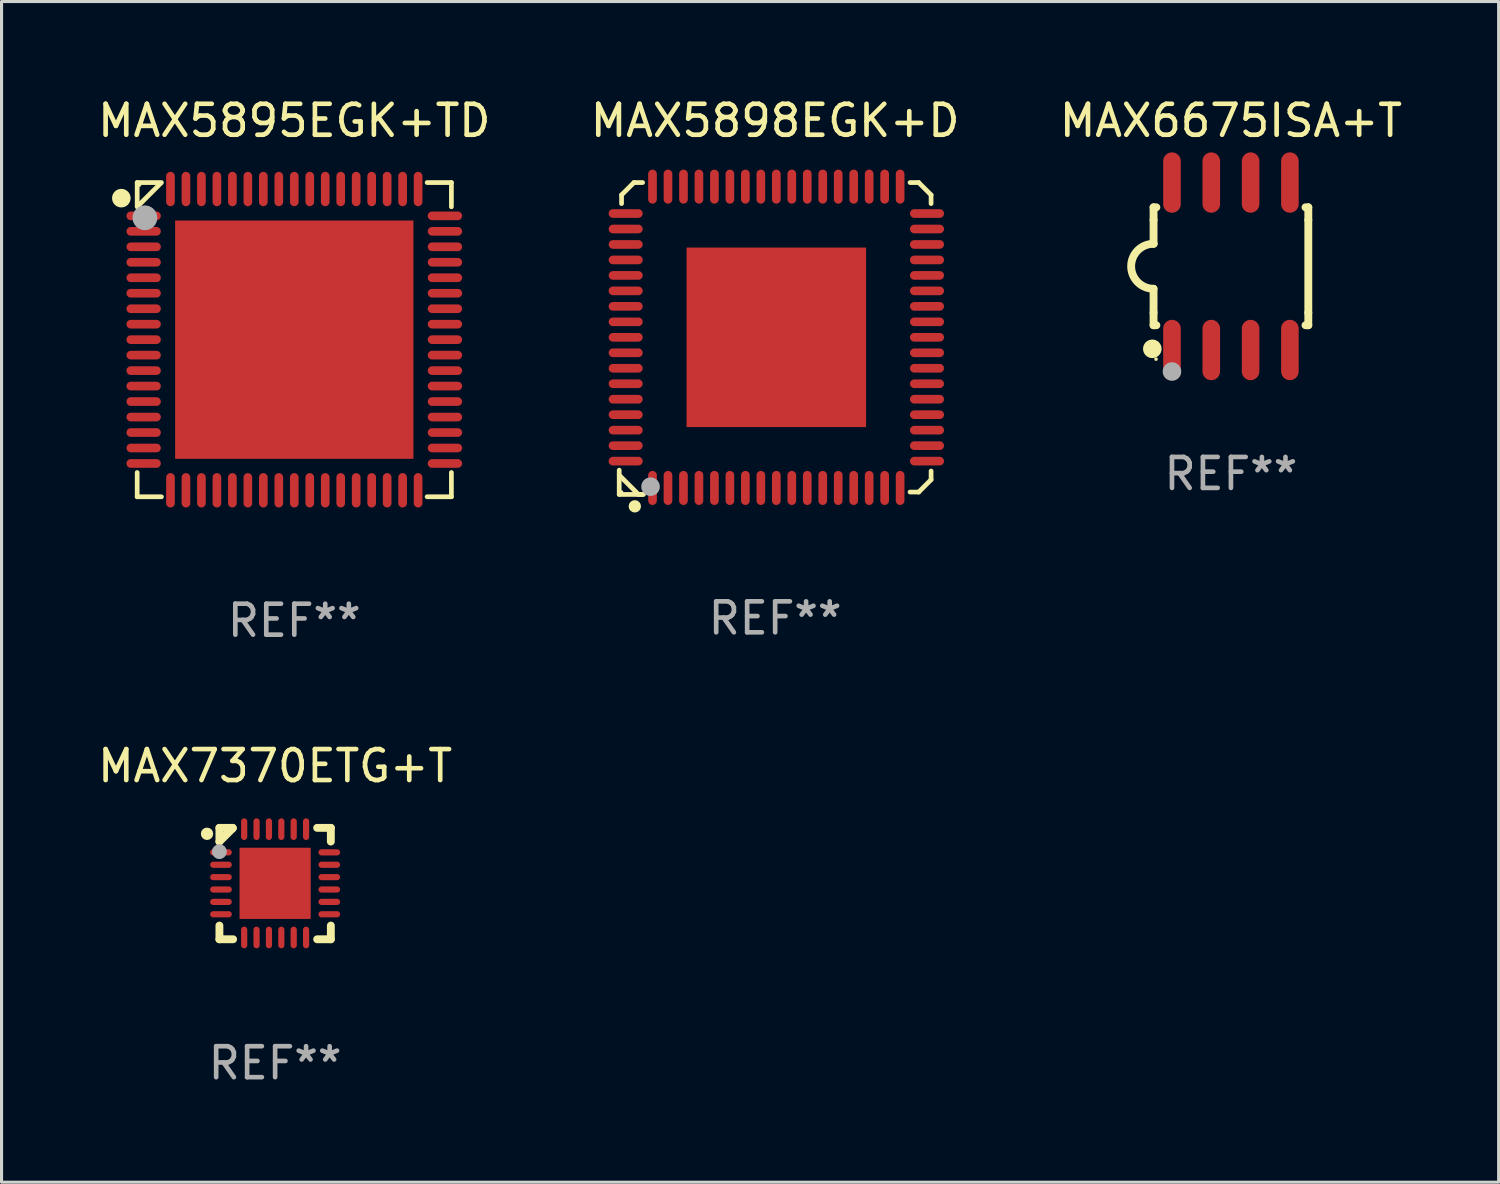
<source format=kicad_pcb>
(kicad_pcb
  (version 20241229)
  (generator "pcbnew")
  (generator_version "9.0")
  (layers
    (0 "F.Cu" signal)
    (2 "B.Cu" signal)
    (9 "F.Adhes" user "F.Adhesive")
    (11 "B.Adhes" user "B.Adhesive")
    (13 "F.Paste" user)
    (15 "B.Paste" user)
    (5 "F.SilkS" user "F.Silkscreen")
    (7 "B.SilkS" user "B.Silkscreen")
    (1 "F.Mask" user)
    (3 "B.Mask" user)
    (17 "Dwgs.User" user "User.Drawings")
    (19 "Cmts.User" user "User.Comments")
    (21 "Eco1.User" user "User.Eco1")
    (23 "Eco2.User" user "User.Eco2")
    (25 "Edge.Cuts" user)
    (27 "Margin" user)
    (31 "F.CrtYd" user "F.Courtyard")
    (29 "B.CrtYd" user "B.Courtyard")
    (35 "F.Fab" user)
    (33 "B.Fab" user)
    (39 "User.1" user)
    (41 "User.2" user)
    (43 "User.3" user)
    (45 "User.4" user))
  (footprint "MAX6675ISA+T"
    (layer "F.Cu")
    (at 36.72 5.553)
    (property "Reference" "MAX6675ISA+T" (at 0 -4.705 0) (layer "F.SilkS") (effects (font (size 1 1) (thickness 0.15))))
    (attr through_hole)
    (fp_line (start -2.5 -1.905) (end -2.409 -1.905) (stroke (width 0.254) (type solid)) (layer "F.SilkS"))
    (fp_line (start -2.5 -1.5) (end -2.5 -1.905) (stroke (width 0.254) (type solid)) (layer "F.SilkS"))
    (fp_line (start -2.5 -1.5) (end -2.5 -0.726) (stroke (width 0.254) (type solid)) (layer "F.SilkS"))
    (fp_line (start -2.5 1.5) (end -2.5 0.727) (stroke (width 0.254) (type solid)) (layer "F.SilkS"))
    (fp_line (start -2.5 1.5) (end -2.5 1.905) (stroke (width 0.254) (type solid)) (layer "F.SilkS"))
    (fp_line (start -2.5 1.905) (end -2.409 1.905) (stroke (width 0.254) (type solid)) (layer "F.SilkS"))
    (fp_line (start 2.5 -1.905) (end 2.409 -1.905) (stroke (width 0.254) (type solid)) (layer "F.SilkS"))
    (fp_line (start 2.5 -1.5) (end 2.5 -1.905) (stroke (width 0.254) (type solid)) (layer "F.SilkS"))
    (fp_line (start 2.5 -1.5) (end 2.5 1.5) (stroke (width 0.254) (type solid)) (layer "F.SilkS"))
    (fp_line (start 2.5 1.5) (end 2.5 1.905) (stroke (width 0.254) (type solid)) (layer "F.SilkS"))
    (fp_line (start 2.5 1.905) (end 2.409 1.905) (stroke (width 0.254) (type solid)) (layer "F.SilkS"))
    (fp_arc (start -2.5 0.726568) (mid -3.220316 -0.0023) (end -2.495097 -0.726289) (stroke (width 0.254001) (type solid)) (layer "F.SilkS"))
    (fp_circle (center -2.54 2.667) (end -2.39 2.667) (stroke (width 0.3) (type solid)) (fill no) (layer "F.SilkS"))
    (fp_circle (center -2.42 3) (end -2.39 3) (stroke (width 0.06) (type solid)) (fill no) (layer "F.SilkS"))
    (fp_circle (center -1.905 3.4) (end -1.755 3.4) (stroke (width 0.3) (type solid)) (fill no) (layer "F.Fab"))
    (fp_text user "REF**" (at 0 6.705 0) (layer "F.Fab") (effects (font (size 1 1) (thickness 0.15))))
    (pad "1" smd oval (at -1.905 2.705) (size 0.568 1.95) (layers "F.Cu" "F.Mask" "F.Paste"))
    (pad "2" smd oval (at -0.635 2.705) (size 0.568 1.95) (layers "F.Cu" "F.Mask" "F.Paste"))
    (pad "3" smd oval (at 0.635 2.705) (size 0.568 1.95) (layers "F.Cu" "F.Mask" "F.Paste"))
    (pad "4" smd oval (at 1.905 2.705) (size 0.568 1.95) (layers "F.Cu" "F.Mask" "F.Paste"))
    (pad "5" smd oval (at 1.905 -2.705) (size 0.568 1.95) (layers "F.Cu" "F.Mask" "F.Paste"))
    (pad "6" smd oval (at 0.635 -2.705) (size 0.568 1.95) (layers "F.Cu" "F.Mask" "F.Paste"))
    (pad "7" smd oval (at -0.635 -2.705) (size 0.568 1.95) (layers "F.Cu" "F.Mask" "F.Paste"))
    (pad "8" smd oval (at -1.905 -2.705) (size 0.568 1.95) (layers "F.Cu" "F.Mask" "F.Paste")))
  (footprint "MAX7370ETG+T"
    (layer "F.Cu")
    (at 5.839 25.497)
    (property "Reference" "MAX7370ETG+T" (at 0 -3.8 0) (layer "F.SilkS") (effects (font (size 1 1) (thickness 0.15))))
    (attr through_hole)
    (fp_line (start -1.8 -1.8) (end -1.372 -1.8) (stroke (width 0.254) (type solid)) (layer "F.SilkS"))
    (fp_line (start -1.8 -1.357) (end -1.8 -1.8) (stroke (width 0.254) (type solid)) (layer "F.SilkS"))
    (fp_line (start -1.8 1.8) (end -1.8 1.357) (stroke (width 0.254) (type solid)) (layer "F.SilkS"))
    (fp_line (start -1.372 -1.8) (end -1.372 -1.785) (stroke (width 0.254) (type solid)) (layer "F.SilkS"))
    (fp_line (start -1.372 -1.785) (end -1.8 -1.357) (stroke (width 0.254) (type solid)) (layer "F.SilkS"))
    (fp_line (start -1.357 1.8) (end -1.8 1.8) (stroke (width 0.254) (type solid)) (layer "F.SilkS"))
    (fp_line (start 1.357 -1.8) (end 1.8 -1.8) (stroke (width 0.254) (type solid)) (layer "F.SilkS"))
    (fp_line (start 1.8 -1.8) (end 1.8 -1.357) (stroke (width 0.254) (type solid)) (layer "F.SilkS"))
    (fp_line (start 1.8 1.357) (end 1.8 1.8) (stroke (width 0.254) (type solid)) (layer "F.SilkS"))
    (fp_line (start 1.8 1.8) (end 1.357 1.8) (stroke (width 0.254) (type solid)) (layer "F.SilkS"))
    (fp_circle (center -2.2 -1.608) (end -2.1 -1.608) (stroke (width 0.2) (type solid)) (fill no) (layer "F.SilkS"))
    (fp_circle (center -1.75 -1.758) (end -1.72 -1.758) (stroke (width 0.06) (type solid)) (fill no) (layer "F.SilkS"))
    (fp_circle (center -1.801 -1.032) (end -1.681 -1.032) (stroke (width 0.24) (type solid)) (fill no) (layer "F.Fab"))
    (fp_text user "REF**" (at 0 5.8 0) (layer "F.Fab") (effects (font (size 1 1) (thickness 0.15))))
    (pad "1" smd oval (at -1.75 -1.008) (size 0.7 0.2) (layers "F.Cu" "F.Mask" "F.Paste"))
    (pad "2" smd oval (at -1.75 -0.608) (size 0.7 0.2) (layers "F.Cu" "F.Mask" "F.Paste"))
    (pad "3" smd oval (at -1.75 -0.208) (size 0.7 0.2) (layers "F.Cu" "F.Mask" "F.Paste"))
    (pad "4" smd oval (at -1.75 0.192) (size 0.7 0.2) (layers "F.Cu" "F.Mask" "F.Paste"))
    (pad "5" smd oval (at -1.75 0.592) (size 0.7 0.2) (layers "F.Cu" "F.Mask" "F.Paste"))
    (pad "6" smd oval (at -1.75 0.992) (size 0.7 0.2) (layers "F.Cu" "F.Mask" "F.Paste"))
    (pad "7" smd oval (at -1 1.742) (size 0.2 0.7) (layers "F.Cu" "F.Mask" "F.Paste"))
    (pad "8" smd oval (at -0.6 1.742) (size 0.2 0.7) (layers "F.Cu" "F.Mask" "F.Paste"))
    (pad "9" smd oval (at -0.2 1.742) (size 0.2 0.7) (layers "F.Cu" "F.Mask" "F.Paste"))
    (pad "10" smd oval (at 0.2 1.742) (size 0.2 0.7) (layers "F.Cu" "F.Mask" "F.Paste"))
    (pad "11" smd oval (at 0.6 1.742) (size 0.2 0.7) (layers "F.Cu" "F.Mask" "F.Paste"))
    (pad "12" smd oval (at 1 1.742) (size 0.2 0.7) (layers "F.Cu" "F.Mask" "F.Paste"))
    (pad "13" smd oval (at 1.75 0.992) (size 0.7 0.2) (layers "F.Cu" "F.Mask" "F.Paste"))
    (pad "14" smd oval (at 1.75 0.592) (size 0.7 0.2) (layers "F.Cu" "F.Mask" "F.Paste"))
    (pad "15" smd oval (at 1.75 0.192) (size 0.7 0.2) (layers "F.Cu" "F.Mask" "F.Paste"))
    (pad "16" smd oval (at 1.75 -0.208) (size 0.7 0.2) (layers "F.Cu" "F.Mask" "F.Paste"))
    (pad "17" smd oval (at 1.75 -0.608) (size 0.7 0.2) (layers "F.Cu" "F.Mask" "F.Paste"))
    (pad "18" smd oval (at 1.75 -1.008) (size 0.7 0.2) (layers "F.Cu" "F.Mask" "F.Paste"))
    (pad "19" smd oval (at 1 -1.758) (size 0.2 0.7) (layers "F.Cu" "F.Mask" "F.Paste"))
    (pad "20" smd oval (at 0.6 -1.758) (size 0.2 0.7) (layers "F.Cu" "F.Mask" "F.Paste"))
    (pad "21" smd oval (at 0.2 -1.758) (size 0.2 0.7) (layers "F.Cu" "F.Mask" "F.Paste"))
    (pad "22" smd oval (at -0.2 -1.758) (size 0.2 0.7) (layers "F.Cu" "F.Mask" "F.Paste"))
    (pad "23" smd oval (at -0.6 -1.758) (size 0.2 0.7) (layers "F.Cu" "F.Mask" "F.Paste"))
    (pad "24" smd oval (at -1 -1.758) (size 0.2 0.7) (layers "F.Cu" "F.Mask" "F.Paste"))
    (pad "25" smd rect (at 0 -0.008 180) (size 2.3 2.3) (layers "F.Cu" "F.Mask" "F.Paste")))
  (footprint "MAX5895EGK+TD"
    (layer "F.Cu")
    (at 6.458 7.924)
    (property "Reference" "MAX5895EGK+TD" (at 0 -7.076 0) (layer "F.SilkS") (effects (font (size 1 1) (thickness 0.15))))
    (attr through_hole)
    (fp_line (start -5.076 -5.076) (end -4.292 -5.076) (stroke (width 0.152) (type solid)) (layer "F.SilkS"))
    (fp_line (start -5.076 -4.292) (end -5.076 -5.076) (stroke (width 0.152) (type solid)) (layer "F.SilkS"))
    (fp_line (start -5.076 4.292) (end -5.076 5.076) (stroke (width 0.152) (type solid)) (layer "F.SilkS"))
    (fp_line (start -5.076 5.076) (end -4.292 5.076) (stroke (width 0.152) (type solid)) (layer "F.SilkS"))
    (fp_line (start -5.049 -4.319) (end -4.319 -5.049) (stroke (width 0.152) (type solid)) (layer "F.SilkS"))
    (fp_line (start 5.076 -5.076) (end 4.292 -5.076) (stroke (width 0.152) (type solid)) (layer "F.SilkS"))
    (fp_line (start 5.076 -4.292) (end 5.076 -5.076) (stroke (width 0.152) (type solid)) (layer "F.SilkS"))
    (fp_line (start 5.076 4.292) (end 5.076 5.076) (stroke (width 0.152) (type solid)) (layer "F.SilkS"))
    (fp_line (start 5.076 5.076) (end 4.292 5.076) (stroke (width 0.152) (type solid)) (layer "F.SilkS"))
    (fp_circle (center -5.588 -4.572) (end -5.438 -4.572) (stroke (width 0.3) (type solid)) (fill no) (layer "F.SilkS"))
    (fp_circle (center -5 -5) (end -4.97 -5) (stroke (width 0.06) (type solid)) (fill no) (layer "F.SilkS"))
    (fp_circle (center -4.826 -3.937) (end -4.626 -3.937) (stroke (width 0.4) (type solid)) (fill no) (layer "F.Fab"))
    (fp_text user "REF**" (at 0 9.076 0) (layer "F.Fab") (effects (font (size 1 1) (thickness 0.15))))
    (pad "1" smd oval (at -4.867 -4) (size 1.11 0.28) (layers "F.Cu" "F.Mask" "F.Paste"))
    (pad "2" smd oval (at -4.867 -3.5) (size 1.11 0.28) (layers "F.Cu" "F.Mask" "F.Paste"))
    (pad "3" smd oval (at -4.867 -3) (size 1.11 0.28) (layers "F.Cu" "F.Mask" "F.Paste"))
    (pad "4" smd oval (at -4.867 -2.5) (size 1.11 0.28) (layers "F.Cu" "F.Mask" "F.Paste"))
    (pad "5" smd oval (at -4.867 -2) (size 1.11 0.28) (layers "F.Cu" "F.Mask" "F.Paste"))
    (pad "6" smd oval (at -4.867 -1.5) (size 1.11 0.28) (layers "F.Cu" "F.Mask" "F.Paste"))
    (pad "7" smd oval (at -4.867 -1) (size 1.11 0.28) (layers "F.Cu" "F.Mask" "F.Paste"))
    (pad "8" smd oval (at -4.867 -0.5) (size 1.11 0.28) (layers "F.Cu" "F.Mask" "F.Paste"))
    (pad "9" smd oval (at -4.867 0) (size 1.11 0.28) (layers "F.Cu" "F.Mask" "F.Paste"))
    (pad "10" smd oval (at -4.867 0.5) (size 1.11 0.28) (layers "F.Cu" "F.Mask" "F.Paste"))
    (pad "11" smd oval (at -4.867 1) (size 1.11 0.28) (layers "F.Cu" "F.Mask" "F.Paste"))
    (pad "12" smd oval (at -4.867 1.5) (size 1.11 0.28) (layers "F.Cu" "F.Mask" "F.Paste"))
    (pad "13" smd oval (at -4.867 2) (size 1.11 0.28) (layers "F.Cu" "F.Mask" "F.Paste"))
    (pad "14" smd oval (at -4.867 2.5) (size 1.11 0.28) (layers "F.Cu" "F.Mask" "F.Paste"))
    (pad "15" smd oval (at -4.867 3) (size 1.11 0.28) (layers "F.Cu" "F.Mask" "F.Paste"))
    (pad "16" smd oval (at -4.867 3.5) (size 1.11 0.28) (layers "F.Cu" "F.Mask" "F.Paste"))
    (pad "17" smd oval (at -4.867 4) (size 1.11 0.28) (layers "F.Cu" "F.Mask" "F.Paste"))
    (pad "18" smd oval (at -4 4.867) (size 0.28 1.11) (layers "F.Cu" "F.Mask" "F.Paste"))
    (pad "19" smd oval (at -3.5 4.867) (size 0.28 1.11) (layers "F.Cu" "F.Mask" "F.Paste"))
    (pad "20" smd oval (at -3 4.867) (size 0.28 1.11) (layers "F.Cu" "F.Mask" "F.Paste"))
    (pad "21" smd oval (at -2.5 4.867) (size 0.28 1.11) (layers "F.Cu" "F.Mask" "F.Paste"))
    (pad "22" smd oval (at -2 4.867) (size 0.28 1.11) (layers "F.Cu" "F.Mask" "F.Paste"))
    (pad "23" smd oval (at -1.5 4.867) (size 0.28 1.11) (layers "F.Cu" "F.Mask" "F.Paste"))
    (pad "24" smd oval (at -1 4.867) (size 0.28 1.11) (layers "F.Cu" "F.Mask" "F.Paste"))
    (pad "25" smd oval (at -0.5 4.867) (size 0.28 1.11) (layers "F.Cu" "F.Mask" "F.Paste"))
    (pad "26" smd oval (at 0 4.867) (size 0.28 1.11) (layers "F.Cu" "F.Mask" "F.Paste"))
    (pad "27" smd oval (at 0.5 4.867) (size 0.28 1.11) (layers "F.Cu" "F.Mask" "F.Paste"))
    (pad "28" smd oval (at 1 4.867) (size 0.28 1.11) (layers "F.Cu" "F.Mask" "F.Paste"))
    (pad "29" smd oval (at 1.5 4.867) (size 0.28 1.11) (layers "F.Cu" "F.Mask" "F.Paste"))
    (pad "30" smd oval (at 2 4.867) (size 0.28 1.11) (layers "F.Cu" "F.Mask" "F.Paste"))
    (pad "31" smd oval (at 2.5 4.867) (size 0.28 1.11) (layers "F.Cu" "F.Mask" "F.Paste"))
    (pad "32" smd oval (at 3 4.867) (size 0.28 1.11) (layers "F.Cu" "F.Mask" "F.Paste"))
    (pad "33" smd oval (at 3.5 4.867) (size 0.28 1.11) (layers "F.Cu" "F.Mask" "F.Paste"))
    (pad "34" smd oval (at 4 4.867) (size 0.28 1.11) (layers "F.Cu" "F.Mask" "F.Paste"))
    (pad "35" smd oval (at 4.867 4) (size 1.11 0.28) (layers "F.Cu" "F.Mask" "F.Paste"))
    (pad "36" smd oval (at 4.867 3.5) (size 1.11 0.28) (layers "F.Cu" "F.Mask" "F.Paste"))
    (pad "37" smd oval (at 4.867 3) (size 1.11 0.28) (layers "F.Cu" "F.Mask" "F.Paste"))
    (pad "38" smd oval (at 4.867 2.5) (size 1.11 0.28) (layers "F.Cu" "F.Mask" "F.Paste"))
    (pad "39" smd oval (at 4.867 2) (size 1.11 0.28) (layers "F.Cu" "F.Mask" "F.Paste"))
    (pad "40" smd oval (at 4.867 1.5) (size 1.11 0.28) (layers "F.Cu" "F.Mask" "F.Paste"))
    (pad "41" smd oval (at 4.867 1) (size 1.11 0.28) (layers "F.Cu" "F.Mask" "F.Paste"))
    (pad "42" smd oval (at 4.867 0.5) (size 1.11 0.28) (layers "F.Cu" "F.Mask" "F.Paste"))
    (pad "43" smd oval (at 4.867 0) (size 1.11 0.28) (layers "F.Cu" "F.Mask" "F.Paste"))
    (pad "44" smd oval (at 4.867 -0.5) (size 1.11 0.28) (layers "F.Cu" "F.Mask" "F.Paste"))
    (pad "45" smd oval (at 4.867 -1) (size 1.11 0.28) (layers "F.Cu" "F.Mask" "F.Paste"))
    (pad "46" smd oval (at 4.867 -1.5) (size 1.11 0.28) (layers "F.Cu" "F.Mask" "F.Paste"))
    (pad "47" smd oval (at 4.867 -2) (size 1.11 0.28) (layers "F.Cu" "F.Mask" "F.Paste"))
    (pad "48" smd oval (at 4.867 -2.5) (size 1.11 0.28) (layers "F.Cu" "F.Mask" "F.Paste"))
    (pad "49" smd oval (at 4.867 -3) (size 1.11 0.28) (layers "F.Cu" "F.Mask" "F.Paste"))
    (pad "50" smd oval (at 4.867 -3.5) (size 1.11 0.28) (layers "F.Cu" "F.Mask" "F.Paste"))
    (pad "51" smd oval (at 4.867 -4) (size 1.11 0.28) (layers "F.Cu" "F.Mask" "F.Paste"))
    (pad "52" smd oval (at 4 -4.867) (size 0.28 1.11) (layers "F.Cu" "F.Mask" "F.Paste"))
    (pad "53" smd oval (at 3.5 -4.867) (size 0.28 1.11) (layers "F.Cu" "F.Mask" "F.Paste"))
    (pad "54" smd oval (at 3 -4.867) (size 0.28 1.11) (layers "F.Cu" "F.Mask" "F.Paste"))
    (pad "55" smd oval (at 2.5 -4.867) (size 0.28 1.11) (layers "F.Cu" "F.Mask" "F.Paste"))
    (pad "56" smd oval (at 2 -4.867) (size 0.28 1.11) (layers "F.Cu" "F.Mask" "F.Paste"))
    (pad "57" smd oval (at 1.5 -4.867) (size 0.28 1.11) (layers "F.Cu" "F.Mask" "F.Paste"))
    (pad "58" smd oval (at 1 -4.867) (size 0.28 1.11) (layers "F.Cu" "F.Mask" "F.Paste"))
    (pad "59" smd oval (at 0.5 -4.867) (size 0.28 1.11) (layers "F.Cu" "F.Mask" "F.Paste"))
    (pad "60" smd oval (at 0 -4.867) (size 0.28 1.11) (layers "F.Cu" "F.Mask" "F.Paste"))
    (pad "61" smd oval (at -0.5 -4.867) (size 0.28 1.11) (layers "F.Cu" "F.Mask" "F.Paste"))
    (pad "62" smd oval (at -1 -4.867) (size 0.28 1.11) (layers "F.Cu" "F.Mask" "F.Paste"))
    (pad "63" smd oval (at -1.5 -4.867) (size 0.28 1.11) (layers "F.Cu" "F.Mask" "F.Paste"))
    (pad "64" smd oval (at -2 -4.867) (size 0.28 1.11) (layers "F.Cu" "F.Mask" "F.Paste"))
    (pad "65" smd oval (at -2.5 -4.867) (size 0.28 1.11) (layers "F.Cu" "F.Mask" "F.Paste"))
    (pad "66" smd oval (at -3 -4.867) (size 0.28 1.11) (layers "F.Cu" "F.Mask" "F.Paste"))
    (pad "67" smd oval (at -3.5 -4.867) (size 0.28 1.11) (layers "F.Cu" "F.Mask" "F.Paste"))
    (pad "68" smd oval (at -4 -4.867) (size 0.28 1.11) (layers "F.Cu" "F.Mask" "F.Paste"))
    (pad "69" smd rect (at 0 0) (size 7.7 7.7) (layers "F.Cu" "F.Mask" "F.Paste")))
  (footprint "MAX5898EGK+D"
    (layer "F.Cu")
    (at 21.994 7.886)
    (property "Reference" "MAX5898EGK+D" (at 0 -7.038 0) (layer "F.SilkS") (effects (font (size 1 1) (thickness 0.15))))
    (attr through_hole)
    (fp_line (start -5.038 5.038) (end -5.038 4.254) (stroke (width 0.152) (type solid)) (layer "F.SilkS"))
    (fp_line (start -4.962 -4.638) (end -4.562 -5.038) (stroke (width 0.152) (type solid)) (layer "F.SilkS"))
    (fp_line (start -4.962 -4.358) (end -4.962 -4.638) (stroke (width 0.152) (type solid)) (layer "F.SilkS"))
    (fp_line (start -4.562 -5.038) (end -4.282 -5.038) (stroke (width 0.152) (type solid)) (layer "F.SilkS"))
    (fp_line (start -4.416 5.038) (end -5.038 4.416) (stroke (width 0.152) (type solid)) (layer "F.SilkS"))
    (fp_line (start -4.282 5.038) (end -4.416 5.038) (stroke (width 0.152) (type solid)) (layer "F.SilkS"))
    (fp_line (start -4.254 5.038) (end -5.038 5.038) (stroke (width 0.152) (type solid)) (layer "F.SilkS"))
    (fp_line (start 4.358 -5.038) (end 4.638 -5.038) (stroke (width 0.152) (type solid)) (layer "F.SilkS"))
    (fp_line (start 4.638 -5.038) (end 5.038 -4.638) (stroke (width 0.152) (type solid)) (layer "F.SilkS"))
    (fp_line (start 4.638 4.962) (end 4.358 4.962) (stroke (width 0.152) (type solid)) (layer "F.SilkS"))
    (fp_line (start 5.038 -4.638) (end 5.038 -4.358) (stroke (width 0.152) (type solid)) (layer "F.SilkS"))
    (fp_line (start 5.038 4.282) (end 5.038 4.562) (stroke (width 0.152) (type solid)) (layer "F.SilkS"))
    (fp_line (start 5.038 4.562) (end 4.638 4.962) (stroke (width 0.152) (type solid)) (layer "F.SilkS"))
    (fp_circle (center -4.962 4.962) (end -4.932 4.962) (stroke (width 0.06) (type solid)) (fill no) (layer "F.SilkS"))
    (fp_circle (center -4.534 5.423) (end -4.434 5.423) (stroke (width 0.2) (type solid)) (fill no) (layer "F.SilkS"))
    (fp_circle (center -4.026 4.788) (end -3.876 4.788) (stroke (width 0.3) (type solid)) (fill no) (layer "F.Fab"))
    (fp_text user "REF**" (at 0 9.038 0) (layer "F.Fab") (effects (font (size 1 1) (thickness 0.15))))
    (pad "1" smd oval (at -3.962 4.829) (size 0.28 1.1) (layers "F.Cu" "F.Mask" "F.Paste"))
    (pad "2" smd oval (at -3.462 4.829) (size 0.28 1.1) (layers "F.Cu" "F.Mask" "F.Paste"))
    (pad "3" smd oval (at -2.962 4.829) (size 0.28 1.1) (layers "F.Cu" "F.Mask" "F.Paste"))
    (pad "4" smd oval (at -2.462 4.829) (size 0.28 1.1) (layers "F.Cu" "F.Mask" "F.Paste"))
    (pad "5" smd oval (at -1.962 4.829) (size 0.28 1.1) (layers "F.Cu" "F.Mask" "F.Paste"))
    (pad "6" smd oval (at -1.462 4.829) (size 0.28 1.1) (layers "F.Cu" "F.Mask" "F.Paste"))
    (pad "7" smd oval (at -0.962 4.829) (size 0.28 1.1) (layers "F.Cu" "F.Mask" "F.Paste"))
    (pad "8" smd oval (at -0.462 4.829) (size 0.28 1.1) (layers "F.Cu" "F.Mask" "F.Paste"))
    (pad "9" smd oval (at 0.038 4.829) (size 0.28 1.1) (layers "F.Cu" "F.Mask" "F.Paste"))
    (pad "10" smd oval (at 0.538 4.829) (size 0.28 1.1) (layers "F.Cu" "F.Mask" "F.Paste"))
    (pad "11" smd oval (at 1.038 4.829) (size 0.28 1.1) (layers "F.Cu" "F.Mask" "F.Paste"))
    (pad "12" smd oval (at 1.538 4.829) (size 0.28 1.1) (layers "F.Cu" "F.Mask" "F.Paste"))
    (pad "13" smd oval (at 2.038 4.829) (size 0.28 1.1) (layers "F.Cu" "F.Mask" "F.Paste"))
    (pad "14" smd oval (at 2.538 4.829) (size 0.28 1.1) (layers "F.Cu" "F.Mask" "F.Paste"))
    (pad "15" smd oval (at 3.038 4.829) (size 0.28 1.1) (layers "F.Cu" "F.Mask" "F.Paste"))
    (pad "16" smd oval (at 3.538 4.829) (size 0.28 1.1) (layers "F.Cu" "F.Mask" "F.Paste"))
    (pad "17" smd oval (at 4.038 4.829) (size 0.28 1.1) (layers "F.Cu" "F.Mask" "F.Paste"))
    (pad "18" smd oval (at 4.906 3.962) (size 1.1 0.28) (layers "F.Cu" "F.Mask" "F.Paste"))
    (pad "19" smd oval (at 4.906 3.462) (size 1.1 0.28) (layers "F.Cu" "F.Mask" "F.Paste"))
    (pad "20" smd oval (at 4.906 2.962) (size 1.1 0.28) (layers "F.Cu" "F.Mask" "F.Paste"))
    (pad "21" smd oval (at 4.906 2.462) (size 1.1 0.28) (layers "F.Cu" "F.Mask" "F.Paste"))
    (pad "22" smd oval (at 4.906 1.962) (size 1.1 0.28) (layers "F.Cu" "F.Mask" "F.Paste"))
    (pad "23" smd oval (at 4.906 1.462) (size 1.1 0.28) (layers "F.Cu" "F.Mask" "F.Paste"))
    (pad "24" smd oval (at 4.906 0.962) (size 1.1 0.28) (layers "F.Cu" "F.Mask" "F.Paste"))
    (pad "25" smd oval (at 4.906 0.462) (size 1.1 0.28) (layers "F.Cu" "F.Mask" "F.Paste"))
    (pad "26" smd oval (at 4.906 -0.038) (size 1.1 0.28) (layers "F.Cu" "F.Mask" "F.Paste"))
    (pad "27" smd oval (at 4.906 -0.538) (size 1.1 0.28) (layers "F.Cu" "F.Mask" "F.Paste"))
    (pad "28" smd oval (at 4.906 -1.038) (size 1.1 0.28) (layers "F.Cu" "F.Mask" "F.Paste"))
    (pad "29" smd oval (at 4.906 -1.538) (size 1.1 0.28) (layers "F.Cu" "F.Mask" "F.Paste"))
    (pad "30" smd oval (at 4.906 -2.038) (size 1.1 0.28) (layers "F.Cu" "F.Mask" "F.Paste"))
    (pad "31" smd oval (at 4.906 -2.538) (size 1.1 0.28) (layers "F.Cu" "F.Mask" "F.Paste"))
    (pad "32" smd oval (at 4.906 -3.038) (size 1.1 0.28) (layers "F.Cu" "F.Mask" "F.Paste"))
    (pad "33" smd oval (at 4.906 -3.538) (size 1.1 0.28) (layers "F.Cu" "F.Mask" "F.Paste"))
    (pad "34" smd oval (at 4.906 -4.038) (size 1.1 0.28) (layers "F.Cu" "F.Mask" "F.Paste"))
    (pad "35" smd oval (at 4.038 -4.906) (size 0.28 1.1) (layers "F.Cu" "F.Mask" "F.Paste"))
    (pad "36" smd oval (at 3.538 -4.906) (size 0.28 1.1) (layers "F.Cu" "F.Mask" "F.Paste"))
    (pad "37" smd oval (at 3.038 -4.906) (size 0.28 1.1) (layers "F.Cu" "F.Mask" "F.Paste"))
    (pad "38" smd oval (at 2.538 -4.906) (size 0.28 1.1) (layers "F.Cu" "F.Mask" "F.Paste"))
    (pad "39" smd oval (at 2.038 -4.906) (size 0.28 1.1) (layers "F.Cu" "F.Mask" "F.Paste"))
    (pad "40" smd oval (at 1.538 -4.906) (size 0.28 1.1) (layers "F.Cu" "F.Mask" "F.Paste"))
    (pad "41" smd oval (at 1.038 -4.906) (size 0.28 1.1) (layers "F.Cu" "F.Mask" "F.Paste"))
    (pad "42" smd oval (at 0.538 -4.906) (size 0.28 1.1) (layers "F.Cu" "F.Mask" "F.Paste"))
    (pad "43" smd oval (at 0.038 -4.906) (size 0.28 1.1) (layers "F.Cu" "F.Mask" "F.Paste"))
    (pad "44" smd oval (at -0.462 -4.906) (size 0.28 1.1) (layers "F.Cu" "F.Mask" "F.Paste"))
    (pad "45" smd oval (at -0.962 -4.906) (size 0.28 1.1) (layers "F.Cu" "F.Mask" "F.Paste"))
    (pad "46" smd oval (at -1.462 -4.906) (size 0.28 1.1) (layers "F.Cu" "F.Mask" "F.Paste"))
    (pad "47" smd oval (at -1.962 -4.906) (size 0.28 1.1) (layers "F.Cu" "F.Mask" "F.Paste"))
    (pad "48" smd oval (at -2.462 -4.906) (size 0.28 1.1) (layers "F.Cu" "F.Mask" "F.Paste"))
    (pad "49" smd oval (at -2.962 -4.906) (size 0.28 1.1) (layers "F.Cu" "F.Mask" "F.Paste"))
    (pad "50" smd oval (at -3.462 -4.906) (size 0.28 1.1) (layers "F.Cu" "F.Mask" "F.Paste"))
    (pad "51" smd oval (at -3.962 -4.906) (size 0.28 1.1) (layers "F.Cu" "F.Mask" "F.Paste"))
    (pad "52" smd oval (at -4.829 -4.038) (size 1.1 0.28) (layers "F.Cu" "F.Mask" "F.Paste"))
    (pad "53" smd oval (at -4.829 -3.538) (size 1.1 0.28) (layers "F.Cu" "F.Mask" "F.Paste"))
    (pad "54" smd oval (at -4.829 -3.038) (size 1.1 0.28) (layers "F.Cu" "F.Mask" "F.Paste"))
    (pad "55" smd oval (at -4.829 -2.538) (size 1.1 0.28) (layers "F.Cu" "F.Mask" "F.Paste"))
    (pad "56" smd oval (at -4.829 -2.038) (size 1.1 0.28) (layers "F.Cu" "F.Mask" "F.Paste"))
    (pad "57" smd oval (at -4.829 -1.538) (size 1.1 0.28) (layers "F.Cu" "F.Mask" "F.Paste"))
    (pad "58" smd oval (at -4.829 -1.038) (size 1.1 0.28) (layers "F.Cu" "F.Mask" "F.Paste"))
    (pad "59" smd oval (at -4.829 -0.538) (size 1.1 0.28) (layers "F.Cu" "F.Mask" "F.Paste"))
    (pad "60" smd oval (at -4.829 -0.038) (size 1.1 0.28) (layers "F.Cu" "F.Mask" "F.Paste"))
    (pad "61" smd oval (at -4.829 0.462) (size 1.1 0.28) (layers "F.Cu" "F.Mask" "F.Paste"))
    (pad "62" smd oval (at -4.829 0.962) (size 1.1 0.28) (layers "F.Cu" "F.Mask" "F.Paste"))
    (pad "63" smd oval (at -4.829 1.462) (size 1.1 0.28) (layers "F.Cu" "F.Mask" "F.Paste"))
    (pad "64" smd oval (at -4.829 1.962) (size 1.1 0.28) (layers "F.Cu" "F.Mask" "F.Paste"))
    (pad "65" smd oval (at -4.829 2.462) (size 1.1 0.28) (layers "F.Cu" "F.Mask" "F.Paste"))
    (pad "66" smd oval (at -4.829 2.962) (size 1.1 0.28) (layers "F.Cu" "F.Mask" "F.Paste"))
    (pad "67" smd oval (at -4.829 3.462) (size 1.1 0.28) (layers "F.Cu" "F.Mask" "F.Paste"))
    (pad "68" smd oval (at -4.829 3.962) (size 1.1 0.28) (layers "F.Cu" "F.Mask" "F.Paste"))
    (pad "69" smd rect (at 0.038 -0.038) (size 5.8 5.8) (layers "F.Cu" "F.Mask" "F.Paste")))
  (gr_rect
    (start -3 -3)
    (end 45.369 35.146)
    (stroke (width 0.1) (type default))
    (fill no)
    (layer "Edge.Cuts")))
</source>
